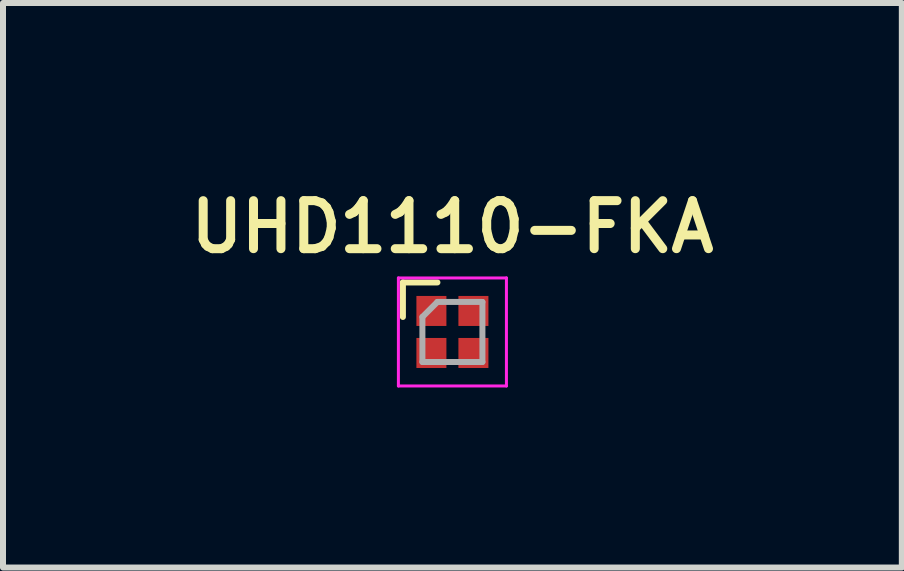
<source format=kicad_pcb>
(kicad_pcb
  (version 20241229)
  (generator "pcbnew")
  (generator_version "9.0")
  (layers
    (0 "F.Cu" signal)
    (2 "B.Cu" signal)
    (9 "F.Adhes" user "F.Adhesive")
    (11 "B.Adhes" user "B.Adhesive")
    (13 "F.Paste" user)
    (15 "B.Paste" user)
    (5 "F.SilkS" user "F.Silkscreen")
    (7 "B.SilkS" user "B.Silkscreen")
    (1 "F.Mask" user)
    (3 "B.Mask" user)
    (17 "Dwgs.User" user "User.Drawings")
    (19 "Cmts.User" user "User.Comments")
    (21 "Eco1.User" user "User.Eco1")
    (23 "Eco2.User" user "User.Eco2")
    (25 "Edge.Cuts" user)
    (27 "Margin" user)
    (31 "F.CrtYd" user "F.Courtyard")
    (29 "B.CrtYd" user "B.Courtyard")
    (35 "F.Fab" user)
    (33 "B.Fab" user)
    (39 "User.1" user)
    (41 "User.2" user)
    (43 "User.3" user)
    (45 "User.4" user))
  (footprint "UHD1110-FKA"
    (layer "F.Cu")
    (at 4.488 2.481)
    (property "Reference" "UHD1110-FKA" (at 0 -1.75 0) (layer "F.SilkS") (effects (font (size 0.8 0.8) (thickness 0.15))))
    (attr smd)
    (fp_line (start -0.825 -0.825) (end -0.825 -0.25) (stroke (width 0.1) (type solid)) (layer "F.SilkS"))
    (fp_line (start -0.25 -0.825) (end -0.825 -0.825) (stroke (width 0.1) (type solid)) (layer "F.SilkS"))
    (fp_line (start -0.9 -0.9) (end -0.9 0.9) (stroke (width 0.05) (type solid)) (layer "F.CrtYd"))
    (fp_line (start -0.9 0.9) (end 0.9 0.9) (stroke (width 0.05) (type solid)) (layer "F.CrtYd"))
    (fp_line (start 0.9 -0.9) (end -0.9 -0.9) (stroke (width 0.05) (type solid)) (layer "F.CrtYd"))
    (fp_line (start 0.9 0.9) (end 0.9 -0.9) (stroke (width 0.05) (type solid)) (layer "F.CrtYd"))
    (fp_line (start -0.5 -0.25) (end -0.5 0.5) (stroke (width 0.1) (type solid)) (layer "F.Fab"))
    (fp_line (start -0.5 0.5) (end 0.5 0.5) (stroke (width 0.1) (type solid)) (layer "F.Fab"))
    (fp_line (start -0.25 -0.5) (end -0.5 -0.25) (stroke (width 0.1) (type solid)) (layer "F.Fab"))
    (fp_line (start 0.5 -0.5) (end -0.25 -0.5) (stroke (width 0.1) (type solid)) (layer "F.Fab"))
    (fp_line (start 0.5 0.5) (end 0.5 -0.5) (stroke (width 0.1) (type solid)) (layer "F.Fab"))
    (pad "1" smd rect (at -0.35 -0.35) (size 0.5 0.5) (layers "F.Cu" "F.Mask" "F.Paste"))
    (pad "2" smd rect (at -0.35 0.35) (size 0.5 0.5) (layers "F.Cu" "F.Mask" "F.Paste"))
    (pad "3" smd rect (at 0.35 0.35) (size 0.5 0.5) (layers "F.Cu" "F.Mask" "F.Paste"))
    (pad "4" smd rect (at 0.35 -0.35) (size 0.5 0.5) (layers "F.Cu" "F.Mask" "F.Paste")))
  (gr_rect
    (start -3 -3)
    (end 11.976 6.406)
    (stroke (width 0.1) (type default))
    (fill no)
    (layer "Edge.Cuts")))
</source>
